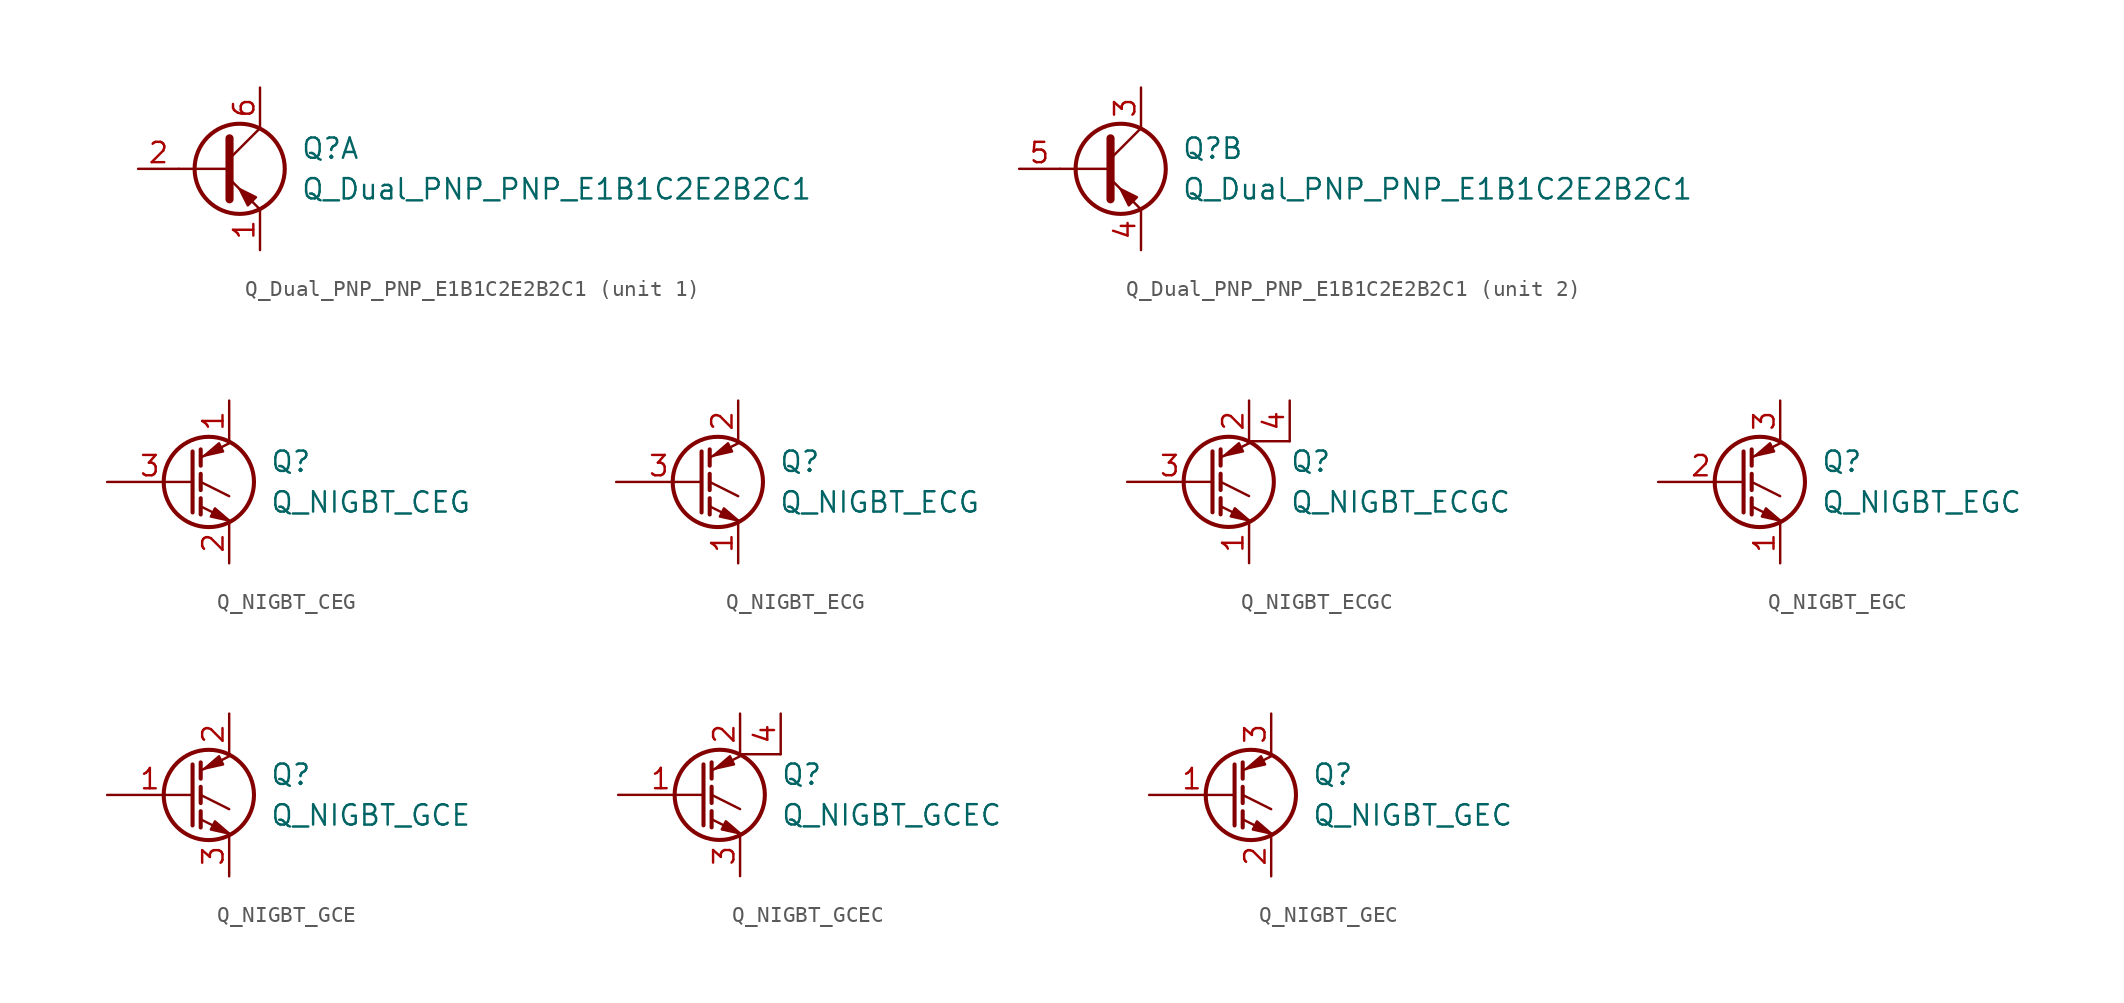
<source format=kicad_sym>
(kicad_symbol_lib
  (version 20241209)
  (generator "kicad_symbol_editor")
  (generator_version "9.0")
  (symbol "Q_Dual_PNP_PNP_E1B1C2E2B2C1"
    (pin_names
      (offset 0)
      (hide yes))
    (property "Reference" "Q"
      (at 5.08 1.27 0)
      (effects (font (size 1.27 1.27)) (justify left)))
    (property "Value" "Q_Dual_PNP_PNP_E1B1C2E2B2C1"
      (at 5.08 -1.27 0)
      (effects (font (size 1.27 1.27)) (justify left)))
    (property "ki_locked" ""
      (at 0 0 0)
      (effects (font (size 1.27 1.27))))
    (symbol "Q_Dual_PNP_PNP_E1B1C2E2B2C1_0_1"
      (polyline (pts (xy 0.635 1.905) (xy 0.635 -1.905) (xy 0.635 -1.905)) (stroke (width 0.508) (type solid)) (fill (type none)))
      (polyline (pts (xy 0.635 0.635) (xy 2.54 2.54)) (stroke (width 0) (type solid)) (fill (type none)))
      (polyline (pts (xy 0.635 0) (xy -2.54 0)) (stroke (width 0) (type solid)) (fill (type none)))
      (polyline (pts (xy 0.635 -0.635) (xy 2.54 -2.54) (xy 2.54 -2.54)) (stroke (width 0) (type solid)) (fill (type none)))
      (circle (center 1.27 0) (radius 2.819) (stroke (width 0.254) (type solid)) (fill (type none)))
      (polyline (pts (xy 2.286 -1.778) (xy 1.778 -2.286) (xy 1.27 -1.27) (xy 2.286 -1.778) (xy 2.286 -1.778)) (stroke (width 0) (type solid)) (fill (type outline))))
    (symbol "Q_Dual_PNP_PNP_E1B1C2E2B2C1_1_1"
      (pin input line (at -5.08 0 0) (length 2.54) (name "B1" (effects (font (size 1.27 1.27)))) (number "2" (effects (font (size 1.27 1.27)))))
      (pin passive line (at 2.54 5.08 270) (length 2.54) (name "C1" (effects (font (size 1.27 1.27)))) (number "6" (effects (font (size 1.27 1.27)))))
      (pin passive line (at 2.54 -5.08 90) (length 2.54) (name "E1" (effects (font (size 1.27 1.27)))) (number "1" (effects (font (size 1.27 1.27))))))
    (symbol "Q_Dual_PNP_PNP_E1B1C2E2B2C1_2_1"
      (pin input line (at -5.08 0 0) (length 2.54) (name "B2" (effects (font (size 1.27 1.27)))) (number "5" (effects (font (size 1.27 1.27)))))
      (pin passive line (at 2.54 5.08 270) (length 2.54) (name "C2" (effects (font (size 1.27 1.27)))) (number "3" (effects (font (size 1.27 1.27)))))
      (pin passive line (at 2.54 -5.08 90) (length 2.54) (name "E2" (effects (font (size 1.27 1.27)))) (number "4" (effects (font (size 1.27 1.27)))))))
  (symbol "Q_NIGBT_CEG"
    (pin_names
      (offset 0)
      (hide yes))
    (property "Reference" "Q"
      (at 5.08 1.27 0)
      (effects (font (size 1.27 1.27)) (justify left)))
    (property "Value" "Q_NIGBT_CEG"
      (at 5.08 -1.27 0)
      (effects (font (size 1.27 1.27)) (justify left)))
    (symbol "Q_NIGBT_CEG_0_1"
      (polyline (pts (xy 0.254 1.905) (xy 0.254 -1.905) (xy 0.254 -1.905)) (stroke (width 0.254) (type solid)) (fill (type none)))
      (polyline (pts (xy 0.762 2.032) (xy 0.762 1.016)) (stroke (width 0.254) (type solid)) (fill (type none)))
      (polyline (pts (xy 0.762 0.508) (xy 0.762 -0.508)) (stroke (width 0.254) (type solid)) (fill (type none)))
      (polyline (pts (xy 0.762 -1.016) (xy 0.762 -2.032)) (stroke (width 0.254) (type solid)) (fill (type none)))
      (circle (center 1.27 0) (radius 2.819) (stroke (width 0.254) (type solid)) (fill (type none)))
      (polyline (pts (xy 1.397 -2.159) (xy 1.651 -1.651) (xy 2.54 -2.413) (xy 1.397 -2.159)) (stroke (width 0) (type solid)) (fill (type outline)))
      (polyline (pts (xy 2.159 1.905) (xy 1.905 2.413) (xy 1.016 1.651) (xy 2.159 1.905)) (stroke (width 0) (type solid)) (fill (type outline)))
      (polyline (pts (xy 2.54 2.413) (xy 0.762 1.524)) (stroke (width 0) (type solid)) (fill (type none)))
      (polyline (pts (xy 2.54 -0.889) (xy 0.762 0)) (stroke (width 0) (type solid)) (fill (type none)))
      (polyline (pts (xy 2.54 -2.413) (xy 0.762 -1.524)) (stroke (width 0) (type solid)) (fill (type none))))
    (symbol "Q_NIGBT_CEG_1_1"
      (pin input line (at -5.08 0 0) (length 5.334) (name "G" (effects (font (size 1.27 1.27)))) (number "3" (effects (font (size 1.27 1.27)))))
      (pin passive line (at 2.54 5.08 270) (length 2.54) (name "C" (effects (font (size 1.27 1.27)))) (number "1" (effects (font (size 1.27 1.27)))))
      (pin passive line (at 2.54 -5.08 90) (length 2.54) (name "E" (effects (font (size 1.27 1.27)))) (number "2" (effects (font (size 1.27 1.27)))))))
  (symbol "Q_NIGBT_ECG"
    (pin_names
      (offset 0)
      (hide yes))
    (property "Reference" "Q"
      (at 5.08 1.27 0)
      (effects (font (size 1.27 1.27)) (justify left)))
    (property "Value" "Q_NIGBT_ECG"
      (at 5.08 -1.27 0)
      (effects (font (size 1.27 1.27)) (justify left)))
    (symbol "Q_NIGBT_ECG_0_1"
      (polyline (pts (xy 0.254 1.905) (xy 0.254 -1.905) (xy 0.254 -1.905)) (stroke (width 0.254) (type solid)) (fill (type none)))
      (polyline (pts (xy 0.762 2.032) (xy 0.762 1.016)) (stroke (width 0.254) (type solid)) (fill (type none)))
      (polyline (pts (xy 0.762 0.508) (xy 0.762 -0.508)) (stroke (width 0.254) (type solid)) (fill (type none)))
      (polyline (pts (xy 0.762 -1.016) (xy 0.762 -2.032)) (stroke (width 0.254) (type solid)) (fill (type none)))
      (circle (center 1.27 0) (radius 2.819) (stroke (width 0.254) (type solid)) (fill (type none)))
      (polyline (pts (xy 1.397 -2.159) (xy 1.651 -1.651) (xy 2.54 -2.413) (xy 1.397 -2.159)) (stroke (width 0) (type solid)) (fill (type outline)))
      (polyline (pts (xy 2.159 1.905) (xy 1.905 2.413) (xy 1.016 1.651) (xy 2.159 1.905)) (stroke (width 0) (type solid)) (fill (type outline)))
      (polyline (pts (xy 2.54 2.413) (xy 0.762 1.524)) (stroke (width 0) (type solid)) (fill (type none)))
      (polyline (pts (xy 2.54 -0.889) (xy 0.762 0)) (stroke (width 0) (type solid)) (fill (type none)))
      (polyline (pts (xy 2.54 -2.413) (xy 0.762 -1.524)) (stroke (width 0) (type solid)) (fill (type none))))
    (symbol "Q_NIGBT_ECG_1_1"
      (pin input line (at -5.08 0 0) (length 5.334) (name "G" (effects (font (size 1.27 1.27)))) (number "3" (effects (font (size 1.27 1.27)))))
      (pin passive line (at 2.54 5.08 270) (length 2.54) (name "C" (effects (font (size 1.27 1.27)))) (number "2" (effects (font (size 1.27 1.27)))))
      (pin passive line (at 2.54 -5.08 90) (length 2.54) (name "E" (effects (font (size 1.27 1.27)))) (number "1" (effects (font (size 1.27 1.27)))))))
  (symbol "Q_NIGBT_ECGC"
    (pin_names
      (offset 0)
      (hide yes))
    (property "Reference" "Q"
      (at 5.08 1.27 0)
      (effects (font (size 1.27 1.27)) (justify left)))
    (property "Value" "Q_NIGBT_ECGC"
      (at 5.08 -1.27 0)
      (effects (font (size 1.27 1.27)) (justify left)))
    (symbol "Q_NIGBT_ECGC_0_1"
      (polyline (pts (xy 0.254 1.905) (xy 0.254 -1.905) (xy 0.254 -1.905)) (stroke (width 0.254) (type solid)) (fill (type none)))
      (polyline (pts (xy 0.762 2.032) (xy 0.762 1.016)) (stroke (width 0.254) (type solid)) (fill (type none)))
      (polyline (pts (xy 0.762 0.508) (xy 0.762 -0.508)) (stroke (width 0.254) (type solid)) (fill (type none)))
      (polyline (pts (xy 0.762 -1.016) (xy 0.762 -2.032)) (stroke (width 0.254) (type solid)) (fill (type none)))
      (circle (center 1.27 0) (radius 2.819) (stroke (width 0.254) (type solid)) (fill (type none)))
      (polyline (pts (xy 1.397 -2.159) (xy 1.651 -1.651) (xy 2.54 -2.413) (xy 1.397 -2.159)) (stroke (width 0) (type solid)) (fill (type outline)))
      (polyline (pts (xy 2.159 1.905) (xy 1.905 2.413) (xy 1.016 1.651) (xy 2.159 1.905)) (stroke (width 0) (type solid)) (fill (type outline)))
      (polyline (pts (xy 2.54 2.54) (xy 5.08 2.54)) (stroke (width 0) (type solid)) (fill (type none)))
      (polyline (pts (xy 2.54 2.413) (xy 0.762 1.524)) (stroke (width 0) (type solid)) (fill (type none)))
      (polyline (pts (xy 2.54 -0.889) (xy 0.762 0)) (stroke (width 0) (type solid)) (fill (type none)))
      (polyline (pts (xy 2.54 -2.413) (xy 0.762 -1.524)) (stroke (width 0) (type solid)) (fill (type none))))
    (symbol "Q_NIGBT_ECGC_1_1"
      (pin input line (at -5.08 0 0) (length 5.334) (name "G" (effects (font (size 1.27 1.27)))) (number "3" (effects (font (size 1.27 1.27)))))
      (pin passive line (at 2.54 5.08 270) (length 2.54) (name "C" (effects (font (size 1.27 1.27)))) (number "2" (effects (font (size 1.27 1.27)))))
      (pin passive line (at 2.54 -5.08 90) (length 2.54) (name "E" (effects (font (size 1.27 1.27)))) (number "1" (effects (font (size 1.27 1.27)))))
      (pin passive line (at 5.08 5.08 270) (length 2.54) (name "C" (effects (font (size 1.27 1.27)))) (number "4" (effects (font (size 1.27 1.27)))))))
  (symbol "Q_NIGBT_EGC"
    (pin_names
      (offset 0)
      (hide yes))
    (property "Reference" "Q"
      (at 5.08 1.27 0)
      (effects (font (size 1.27 1.27)) (justify left)))
    (property "Value" "Q_NIGBT_EGC"
      (at 5.08 -1.27 0)
      (effects (font (size 1.27 1.27)) (justify left)))
    (symbol "Q_NIGBT_EGC_0_1"
      (polyline (pts (xy 0.254 1.905) (xy 0.254 -1.905) (xy 0.254 -1.905)) (stroke (width 0.254) (type solid)) (fill (type none)))
      (polyline (pts (xy 0.762 2.032) (xy 0.762 1.016)) (stroke (width 0.254) (type solid)) (fill (type none)))
      (polyline (pts (xy 0.762 0.508) (xy 0.762 -0.508)) (stroke (width 0.254) (type solid)) (fill (type none)))
      (polyline (pts (xy 0.762 -1.016) (xy 0.762 -2.032)) (stroke (width 0.254) (type solid)) (fill (type none)))
      (circle (center 1.27 0) (radius 2.819) (stroke (width 0.254) (type solid)) (fill (type none)))
      (polyline (pts (xy 1.397 -2.159) (xy 1.651 -1.651) (xy 2.54 -2.413) (xy 1.397 -2.159)) (stroke (width 0) (type solid)) (fill (type outline)))
      (polyline (pts (xy 2.159 1.905) (xy 1.905 2.413) (xy 1.016 1.651) (xy 2.159 1.905)) (stroke (width 0) (type solid)) (fill (type outline)))
      (polyline (pts (xy 2.54 2.413) (xy 0.762 1.524)) (stroke (width 0) (type solid)) (fill (type none)))
      (polyline (pts (xy 2.54 -0.889) (xy 0.762 0)) (stroke (width 0) (type solid)) (fill (type none)))
      (polyline (pts (xy 2.54 -2.413) (xy 0.762 -1.524)) (stroke (width 0) (type solid)) (fill (type none))))
    (symbol "Q_NIGBT_EGC_1_1"
      (pin input line (at -5.08 0 0) (length 5.334) (name "G" (effects (font (size 1.27 1.27)))) (number "2" (effects (font (size 1.27 1.27)))))
      (pin passive line (at 2.54 5.08 270) (length 2.54) (name "C" (effects (font (size 1.27 1.27)))) (number "3" (effects (font (size 1.27 1.27)))))
      (pin passive line (at 2.54 -5.08 90) (length 2.54) (name "E" (effects (font (size 1.27 1.27)))) (number "1" (effects (font (size 1.27 1.27)))))))
  (symbol "Q_NIGBT_GCE"
    (pin_names
      (offset 0)
      (hide yes))
    (property "Reference" "Q"
      (at 5.08 1.27 0)
      (effects (font (size 1.27 1.27)) (justify left)))
    (property "Value" "Q_NIGBT_GCE"
      (at 5.08 -1.27 0)
      (effects (font (size 1.27 1.27)) (justify left)))
    (symbol "Q_NIGBT_GCE_0_1"
      (polyline (pts (xy 0.254 1.905) (xy 0.254 -1.905) (xy 0.254 -1.905)) (stroke (width 0.254) (type solid)) (fill (type none)))
      (polyline (pts (xy 0.762 2.032) (xy 0.762 1.016)) (stroke (width 0.254) (type solid)) (fill (type none)))
      (polyline (pts (xy 0.762 0.508) (xy 0.762 -0.508)) (stroke (width 0.254) (type solid)) (fill (type none)))
      (polyline (pts (xy 0.762 -1.016) (xy 0.762 -2.032)) (stroke (width 0.254) (type solid)) (fill (type none)))
      (circle (center 1.27 0) (radius 2.819) (stroke (width 0.254) (type solid)) (fill (type none)))
      (polyline (pts (xy 1.397 -2.159) (xy 1.651 -1.651) (xy 2.54 -2.413) (xy 1.397 -2.159)) (stroke (width 0) (type solid)) (fill (type outline)))
      (polyline (pts (xy 2.159 1.905) (xy 1.905 2.413) (xy 1.016 1.651) (xy 2.159 1.905)) (stroke (width 0) (type solid)) (fill (type outline)))
      (polyline (pts (xy 2.54 2.413) (xy 0.762 1.524)) (stroke (width 0) (type solid)) (fill (type none)))
      (polyline (pts (xy 2.54 -0.889) (xy 0.762 0)) (stroke (width 0) (type solid)) (fill (type none)))
      (polyline (pts (xy 2.54 -2.413) (xy 0.762 -1.524)) (stroke (width 0) (type solid)) (fill (type none))))
    (symbol "Q_NIGBT_GCE_1_1"
      (pin input line (at -5.08 0 0) (length 5.334) (name "G" (effects (font (size 1.27 1.27)))) (number "1" (effects (font (size 1.27 1.27)))))
      (pin passive line (at 2.54 5.08 270) (length 2.54) (name "C" (effects (font (size 1.27 1.27)))) (number "2" (effects (font (size 1.27 1.27)))))
      (pin passive line (at 2.54 -5.08 90) (length 2.54) (name "E" (effects (font (size 1.27 1.27)))) (number "3" (effects (font (size 1.27 1.27)))))))
  (symbol "Q_NIGBT_GCEC"
    (pin_names
      (offset 0)
      (hide yes))
    (property "Reference" "Q"
      (at 5.08 1.27 0)
      (effects (font (size 1.27 1.27)) (justify left)))
    (property "Value" "Q_NIGBT_GCEC"
      (at 5.08 -1.27 0)
      (effects (font (size 1.27 1.27)) (justify left)))
    (symbol "Q_NIGBT_GCEC_0_1"
      (polyline (pts (xy 0.254 1.905) (xy 0.254 -1.905) (xy 0.254 -1.905)) (stroke (width 0.254) (type solid)) (fill (type none)))
      (polyline (pts (xy 0.762 2.032) (xy 0.762 1.016)) (stroke (width 0.254) (type solid)) (fill (type none)))
      (polyline (pts (xy 0.762 0.508) (xy 0.762 -0.508)) (stroke (width 0.254) (type solid)) (fill (type none)))
      (polyline (pts (xy 0.762 -1.016) (xy 0.762 -2.032)) (stroke (width 0.254) (type solid)) (fill (type none)))
      (circle (center 1.27 0) (radius 2.819) (stroke (width 0.254) (type solid)) (fill (type none)))
      (polyline (pts (xy 1.397 -2.159) (xy 1.651 -1.651) (xy 2.54 -2.413) (xy 1.397 -2.159)) (stroke (width 0) (type solid)) (fill (type outline)))
      (polyline (pts (xy 2.159 1.905) (xy 1.905 2.413) (xy 1.016 1.651) (xy 2.159 1.905)) (stroke (width 0) (type solid)) (fill (type outline)))
      (polyline (pts (xy 2.54 2.54) (xy 5.08 2.54)) (stroke (width 0) (type solid)) (fill (type none)))
      (polyline (pts (xy 2.54 2.413) (xy 0.762 1.524)) (stroke (width 0) (type solid)) (fill (type none)))
      (polyline (pts (xy 2.54 -0.889) (xy 0.762 0)) (stroke (width 0) (type solid)) (fill (type none)))
      (polyline (pts (xy 2.54 -2.413) (xy 0.762 -1.524)) (stroke (width 0) (type solid)) (fill (type none))))
    (symbol "Q_NIGBT_GCEC_1_1"
      (pin input line (at -5.08 0 0) (length 5.334) (name "G" (effects (font (size 1.27 1.27)))) (number "1" (effects (font (size 1.27 1.27)))))
      (pin passive line (at 2.54 5.08 270) (length 2.54) (name "C" (effects (font (size 1.27 1.27)))) (number "2" (effects (font (size 1.27 1.27)))))
      (pin passive line (at 2.54 -5.08 90) (length 2.54) (name "E" (effects (font (size 1.27 1.27)))) (number "3" (effects (font (size 1.27 1.27)))))
      (pin passive line (at 5.08 5.08 270) (length 2.54) (name "C" (effects (font (size 1.27 1.27)))) (number "4" (effects (font (size 1.27 1.27)))))))
  (symbol "Q_NIGBT_GEC"
    (pin_names
      (offset 0)
      (hide yes))
    (property "Reference" "Q"
      (at 5.08 1.27 0)
      (effects (font (size 1.27 1.27)) (justify left)))
    (property "Value" "Q_NIGBT_GEC"
      (at 5.08 -1.27 0)
      (effects (font (size 1.27 1.27)) (justify left)))
    (symbol "Q_NIGBT_GEC_0_1"
      (polyline (pts (xy 0.254 1.905) (xy 0.254 -1.905) (xy 0.254 -1.905)) (stroke (width 0.254) (type solid)) (fill (type none)))
      (polyline (pts (xy 0.762 2.032) (xy 0.762 1.016)) (stroke (width 0.254) (type solid)) (fill (type none)))
      (polyline (pts (xy 0.762 0.508) (xy 0.762 -0.508)) (stroke (width 0.254) (type solid)) (fill (type none)))
      (polyline (pts (xy 0.762 -1.016) (xy 0.762 -2.032)) (stroke (width 0.254) (type solid)) (fill (type none)))
      (circle (center 1.27 0) (radius 2.819) (stroke (width 0.254) (type solid)) (fill (type none)))
      (polyline (pts (xy 1.397 -2.159) (xy 1.651 -1.651) (xy 2.54 -2.413) (xy 1.397 -2.159)) (stroke (width 0) (type solid)) (fill (type outline)))
      (polyline (pts (xy 2.159 1.905) (xy 1.905 2.413) (xy 1.016 1.651) (xy 2.159 1.905)) (stroke (width 0) (type solid)) (fill (type outline)))
      (polyline (pts (xy 2.54 2.413) (xy 0.762 1.524)) (stroke (width 0) (type solid)) (fill (type none)))
      (polyline (pts (xy 2.54 -0.889) (xy 0.762 0)) (stroke (width 0) (type solid)) (fill (type none)))
      (polyline (pts (xy 2.54 -2.413) (xy 0.762 -1.524)) (stroke (width 0) (type solid)) (fill (type none))))
    (symbol "Q_NIGBT_GEC_1_1"
      (pin input line (at -5.08 0 0) (length 5.334) (name "G" (effects (font (size 1.27 1.27)))) (number "1" (effects (font (size 1.27 1.27)))))
      (pin passive line (at 2.54 5.08 270) (length 2.54) (name "C" (effects (font (size 1.27 1.27)))) (number "3" (effects (font (size 1.27 1.27)))))
      (pin passive line (at 2.54 -5.08 90) (length 2.54) (name "E" (effects (font (size 1.27 1.27)))) (number "2" (effects (font (size 1.27 1.27))))))))
</source>
